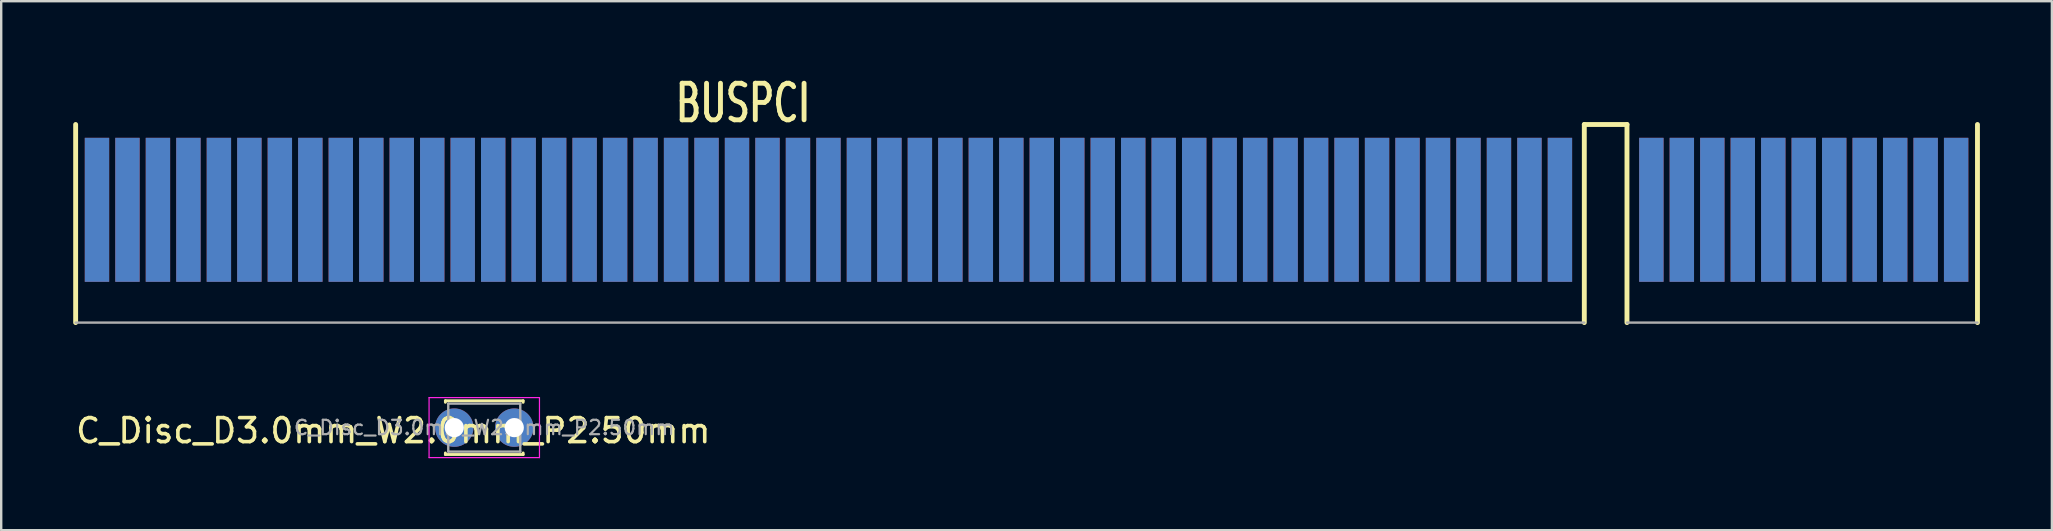
<source format=kicad_pcb>
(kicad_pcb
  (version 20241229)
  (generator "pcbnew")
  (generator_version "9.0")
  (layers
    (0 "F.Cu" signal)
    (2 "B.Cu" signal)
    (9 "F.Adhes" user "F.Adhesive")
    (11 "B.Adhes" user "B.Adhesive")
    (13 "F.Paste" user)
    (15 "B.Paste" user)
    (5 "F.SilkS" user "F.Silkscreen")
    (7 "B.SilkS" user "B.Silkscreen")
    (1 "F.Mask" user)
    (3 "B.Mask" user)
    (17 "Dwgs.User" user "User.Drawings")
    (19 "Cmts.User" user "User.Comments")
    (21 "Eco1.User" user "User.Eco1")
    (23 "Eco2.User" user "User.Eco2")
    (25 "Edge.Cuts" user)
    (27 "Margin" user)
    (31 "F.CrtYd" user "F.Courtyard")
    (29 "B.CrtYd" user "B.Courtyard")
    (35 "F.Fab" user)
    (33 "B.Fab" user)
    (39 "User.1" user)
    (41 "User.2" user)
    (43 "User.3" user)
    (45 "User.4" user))
  (footprint "C_Disc_D3.0mm_W2.0mm_P2.50mm"
    (layer "F.Cu")
    (at 15.879 14.769)
    (property "Reference" "C_Disc_D3.0mm_W2.0mm_P2.50mm" (at -2.54 0.127 0) (layer "F.SilkS") (effects (font (size 1 1) (thickness 0.15))))
    (attr through_hole)
    (fp_line (start -0.37 -1.12) (end -0.37 -1.055) (stroke (width 0.12) (type solid)) (layer "F.SilkS"))
    (fp_line (start -0.37 -1.12) (end 2.87 -1.12) (stroke (width 0.12) (type solid)) (layer "F.SilkS"))
    (fp_line (start -0.37 1.055) (end -0.37 1.12) (stroke (width 0.12) (type solid)) (layer "F.SilkS"))
    (fp_line (start -0.37 1.12) (end 2.87 1.12) (stroke (width 0.12) (type solid)) (layer "F.SilkS"))
    (fp_line (start 2.87 -1.12) (end 2.87 -1.055) (stroke (width 0.12) (type solid)) (layer "F.SilkS"))
    (fp_line (start 2.87 1.055) (end 2.87 1.12) (stroke (width 0.12) (type solid)) (layer "F.SilkS"))
    (fp_line (start -1.05 -1.25) (end -1.05 1.25) (stroke (width 0.05) (type solid)) (layer "F.CrtYd"))
    (fp_line (start -1.05 1.25) (end 3.55 1.25) (stroke (width 0.05) (type solid)) (layer "F.CrtYd"))
    (fp_line (start 3.55 -1.25) (end -1.05 -1.25) (stroke (width 0.05) (type solid)) (layer "F.CrtYd"))
    (fp_line (start 3.55 1.25) (end 3.55 -1.25) (stroke (width 0.05) (type solid)) (layer "F.CrtYd"))
    (fp_line (start -0.25 -1) (end -0.25 1) (stroke (width 0.1) (type solid)) (layer "F.Fab"))
    (fp_line (start -0.25 1) (end 2.75 1) (stroke (width 0.1) (type solid)) (layer "F.Fab"))
    (fp_line (start 2.75 -1) (end -0.25 -1) (stroke (width 0.1) (type solid)) (layer "F.Fab"))
    (fp_line (start 2.75 1) (end 2.75 -1) (stroke (width 0.1) (type solid)) (layer "F.Fab"))
    (fp_text user "${REFERENCE}" (at 1.25 0 0) (layer "F.Fab") (effects (font (size 0.6 0.6) (thickness 0.09))))
    (pad "1" thru_hole circle (at 0 0) (size 1.6 1.6) (drill 0.8) (layers "*.Cu" "*.Mask"))
    (pad "2" thru_hole circle (at 2.5 0) (size 1.6 1.6) (drill 0.8) (layers "*.Cu" "*.Mask")))
  (footprint "BUSPCI"
    (layer "F.Cu")
    (at 63.856 5.947)
    (property "Reference" "BUSPCI" (at -35.941 -4.699 0) (layer "F.SilkS") (effects (font (size 1.524 1.016) (thickness 0.203))))
    (fp_line (start -63.754 -3.81) (end -63.754 4.445) (stroke (width 0.203) (type solid)) (layer "F.SilkS"))
    (fp_line (start -0.889 -3.81) (end 0.889 -3.81) (stroke (width 0.203) (type solid)) (layer "F.SilkS"))
    (fp_line (start -0.889 4.445) (end -0.889 -3.81) (stroke (width 0.203) (type solid)) (layer "F.SilkS"))
    (fp_line (start 0.889 -3.81) (end 0.889 4.445) (stroke (width 0.203) (type solid)) (layer "F.SilkS"))
    (fp_line (start 15.494 4.445) (end 15.494 -3.81) (stroke (width 0.203) (type solid)) (layer "F.SilkS"))
    (fp_line (start -63.754 4.445) (end -0.889 4.445) (stroke (width 0.1) (type default)) (layer "F.Fab"))
    (fp_line (start 0.889 4.445) (end 15.494 4.445) (stroke (width 0.1) (type default)) (layer "F.Fab"))
    (pad "A1" connect rect (at -62.865 -0.254) (size 1.016 6) (layers "B.Cu" "B.Mask"))
    (pad "A2" connect rect (at -61.595 -0.254) (size 1.016 6) (layers "B.Cu" "B.Mask"))
    (pad "A3" connect rect (at -60.325 -0.254) (size 1.016 6) (layers "B.Cu" "B.Mask"))
    (pad "A4" connect rect (at -59.055 -0.254) (size 1.016 6) (layers "B.Cu" "B.Mask"))
    (pad "A5" connect rect (at -57.785 -0.254) (size 1.016 6) (layers "B.Cu" "B.Mask"))
    (pad "A6" connect rect (at -56.515 -0.254) (size 1.016 6) (layers "B.Cu" "B.Mask"))
    (pad "A7" connect rect (at -55.245 -0.254) (size 1.016 6) (layers "B.Cu" "B.Mask"))
    (pad "A8" connect rect (at -53.975 -0.254) (size 1.016 6) (layers "B.Cu" "B.Mask"))
    (pad "A9" connect rect (at -52.705 -0.254) (size 1.016 6) (layers "B.Cu" "B.Mask"))
    (pad "A10" connect rect (at -51.435 -0.254) (size 1.016 6) (layers "B.Cu" "B.Mask"))
    (pad "A11" connect rect (at -50.165 -0.254) (size 1.016 6) (layers "B.Cu" "B.Mask"))
    (pad "A12" connect rect (at -48.895 -0.254) (size 1.016 6) (layers "B.Cu" "B.Mask"))
    (pad "A13" connect rect (at -47.625 -0.254) (size 1.016 6) (layers "B.Cu" "B.Mask"))
    (pad "A14" connect rect (at -46.355 -0.254) (size 1.016 6) (layers "B.Cu" "B.Mask"))
    (pad "A15" connect rect (at -45.085 -0.254) (size 1.016 6) (layers "B.Cu" "B.Mask"))
    (pad "A16" connect rect (at -43.815 -0.254) (size 1.016 6) (layers "B.Cu" "B.Mask"))
    (pad "A17" connect rect (at -42.545 -0.254) (size 1.016 6) (layers "B.Cu" "B.Mask"))
    (pad "A18" connect rect (at -41.275 -0.254) (size 1.016 6) (layers "B.Cu" "B.Mask"))
    (pad "A19" connect rect (at -40.005 -0.254) (size 1.016 6) (layers "B.Cu" "B.Mask"))
    (pad "A20" connect rect (at -38.735 -0.254) (size 1.016 6) (layers "B.Cu" "B.Mask"))
    (pad "A21" connect rect (at -37.465 -0.254) (size 1.016 6) (layers "B.Cu" "B.Mask"))
    (pad "A22" connect rect (at -36.195 -0.254) (size 1.016 6) (layers "B.Cu" "B.Mask"))
    (pad "A23" connect rect (at -34.925 -0.254) (size 1.016 6) (layers "B.Cu" "B.Mask"))
    (pad "A24" connect rect (at -33.655 -0.254) (size 1.016 6) (layers "B.Cu" "B.Mask"))
    (pad "A25" connect rect (at -32.385 -0.254) (size 1.016 6) (layers "B.Cu" "B.Mask"))
    (pad "A26" connect rect (at -31.115 -0.254) (size 1.016 6) (layers "B.Cu" "B.Mask"))
    (pad "A27" connect rect (at -29.845 -0.254) (size 1.016 6) (layers "B.Cu" "B.Mask"))
    (pad "A28" connect rect (at -28.575 -0.254) (size 1.016 6) (layers "B.Cu" "B.Mask"))
    (pad "A29" connect rect (at -27.305 -0.254) (size 1.016 6) (layers "B.Cu" "B.Mask"))
    (pad "A30" connect rect (at -26.035 -0.254) (size 1.016 6) (layers "B.Cu" "B.Mask"))
    (pad "A31" connect rect (at -24.765 -0.254) (size 1.016 6) (layers "B.Cu" "B.Mask"))
    (pad "A32" connect rect (at -23.495 -0.254) (size 1.016 6) (layers "B.Cu" "B.Mask"))
    (pad "A33" connect rect (at -22.225 -0.254) (size 1.016 6) (layers "B.Cu" "B.Mask"))
    (pad "A34" connect rect (at -20.955 -0.254) (size 1.016 6) (layers "B.Cu" "B.Mask"))
    (pad "A35" connect rect (at -19.685 -0.254) (size 1.016 6) (layers "B.Cu" "B.Mask"))
    (pad "A36" connect rect (at -18.415 -0.254) (size 1.016 6) (layers "B.Cu" "B.Mask"))
    (pad "A37" connect rect (at -17.145 -0.254) (size 1.016 6) (layers "B.Cu" "B.Mask"))
    (pad "A38" connect rect (at -15.875 -0.254) (size 1.016 6) (layers "B.Cu" "B.Mask"))
    (pad "A39" connect rect (at -14.605 -0.254) (size 1.016 6) (layers "B.Cu" "B.Mask"))
    (pad "A40" connect rect (at -13.335 -0.254) (size 1.016 6) (layers "B.Cu" "B.Mask"))
    (pad "A41" connect rect (at -12.065 -0.254) (size 1.016 6) (layers "B.Cu" "B.Mask"))
    (pad "A42" connect rect (at -10.795 -0.254) (size 1.016 6) (layers "B.Cu" "B.Mask"))
    (pad "A43" connect rect (at -9.525 -0.254) (size 1.016 6) (layers "B.Cu" "B.Mask"))
    (pad "A44" connect rect (at -8.255 -0.254) (size 1.016 6) (layers "B.Cu" "B.Mask"))
    (pad "A45" connect rect (at -6.985 -0.254) (size 1.016 6) (layers "B.Cu" "B.Mask"))
    (pad "A46" connect rect (at -5.715 -0.254) (size 1.016 6) (layers "B.Cu" "B.Mask"))
    (pad "A47" connect rect (at -4.445 -0.254) (size 1.016 6) (layers "B.Cu" "B.Mask"))
    (pad "A48" connect rect (at -3.175 -0.254) (size 1.016 6) (layers "B.Cu" "B.Mask"))
    (pad "A49" connect rect (at -1.905 -0.254) (size 1.016 6) (layers "B.Cu" "B.Mask"))
    (pad "A52" connect rect (at 1.905 -0.254) (size 1.016 6) (layers "B.Cu" "B.Mask"))
    (pad "A53" connect rect (at 3.175 -0.254) (size 1.016 6) (layers "B.Cu" "B.Mask"))
    (pad "A54" connect rect (at 4.445 -0.254) (size 1.016 6) (layers "B.Cu" "B.Mask"))
    (pad "A55" connect rect (at 5.715 -0.254) (size 1.016 6) (layers "B.Cu" "B.Mask"))
    (pad "A56" connect rect (at 6.985 -0.254) (size 1.016 6) (layers "B.Cu" "B.Mask"))
    (pad "A57" connect rect (at 8.255 -0.254) (size 1.016 6) (layers "B.Cu" "B.Mask"))
    (pad "A58" connect rect (at 9.525 -0.254) (size 1.016 6) (layers "B.Cu" "B.Mask"))
    (pad "A59" connect rect (at 10.795 -0.254) (size 1.016 6) (layers "B.Cu" "B.Mask"))
    (pad "A60" connect rect (at 12.065 -0.254) (size 1.016 6) (layers "B.Cu" "B.Mask"))
    (pad "A61" connect rect (at 13.335 -0.254) (size 1.016 6) (layers "B.Cu" "B.Mask"))
    (pad "A62" connect rect (at 14.605 -0.254) (size 1.016 6) (layers "B.Cu" "B.Mask"))
    (pad "B1" connect rect (at -62.865 -0.254) (size 1.016 6) (layers "F.Cu" "F.Mask"))
    (pad "B2" connect rect (at -61.595 -0.254) (size 1.016 6) (layers "F.Cu" "F.Mask"))
    (pad "B3" connect rect (at -60.325 -0.254) (size 1.016 6) (layers "F.Cu" "F.Mask"))
    (pad "B4" connect rect (at -59.055 -0.254) (size 1.016 6) (layers "F.Cu" "F.Mask"))
    (pad "B5" connect rect (at -57.785 -0.254) (size 1.016 6) (layers "F.Cu" "F.Mask"))
    (pad "B6" connect rect (at -56.515 -0.254) (size 1.016 6) (layers "F.Cu" "F.Mask"))
    (pad "B7" connect rect (at -55.245 -0.254) (size 1.016 6) (layers "F.Cu" "F.Mask"))
    (pad "B8" connect rect (at -53.975 -0.254) (size 1.016 6) (layers "F.Cu" "F.Mask"))
    (pad "B9" connect rect (at -52.705 -0.254) (size 1.016 6) (layers "F.Cu" "F.Mask"))
    (pad "B10" connect rect (at -51.435 -0.254) (size 1.016 6) (layers "F.Cu" "F.Mask"))
    (pad "B11" connect rect (at -50.165 -0.254) (size 1.016 6) (layers "F.Cu" "F.Mask"))
    (pad "B12" connect rect (at -48.895 -0.254) (size 1.016 6) (layers "F.Cu" "F.Mask"))
    (pad "B13" connect rect (at -47.625 -0.254) (size 1.016 6) (layers "F.Cu" "F.Mask"))
    (pad "B14" connect rect (at -46.355 -0.254) (size 1.016 6) (layers "F.Cu" "F.Mask"))
    (pad "B15" connect rect (at -45.085 -0.254) (size 1.016 6) (layers "F.Cu" "F.Mask"))
    (pad "B16" connect rect (at -43.815 -0.254) (size 1.016 6) (layers "F.Cu" "F.Mask"))
    (pad "B17" connect rect (at -42.545 -0.254) (size 1.016 6) (layers "F.Cu" "F.Mask"))
    (pad "B18" connect rect (at -41.275 -0.254) (size 1.016 6) (layers "F.Cu" "F.Mask"))
    (pad "B19" connect rect (at -40.005 -0.254) (size 1.016 6) (layers "F.Cu" "F.Mask"))
    (pad "B20" connect rect (at -38.735 -0.254) (size 1.016 6) (layers "F.Cu" "F.Mask"))
    (pad "B21" connect rect (at -37.465 -0.254) (size 1.016 6) (layers "F.Cu" "F.Mask"))
    (pad "B22" connect rect (at -36.195 -0.254) (size 1.016 6) (layers "F.Cu" "F.Mask"))
    (pad "B23" connect rect (at -34.925 -0.254) (size 1.016 6) (layers "F.Cu" "F.Mask"))
    (pad "B24" connect rect (at -33.655 -0.254) (size 1.016 6) (layers "F.Cu" "F.Mask"))
    (pad "B25" connect rect (at -32.385 -0.254) (size 1.016 6) (layers "F.Cu" "F.Mask"))
    (pad "B26" connect rect (at -31.115 -0.254) (size 1.016 6) (layers "F.Cu" "F.Mask"))
    (pad "B27" connect rect (at -29.845 -0.254) (size 1.016 6) (layers "F.Cu" "F.Mask"))
    (pad "B28" connect rect (at -28.575 -0.254) (size 1.016 6) (layers "F.Cu" "F.Mask"))
    (pad "B29" connect rect (at -27.305 -0.254) (size 1.016 6) (layers "F.Cu" "F.Mask"))
    (pad "B30" connect rect (at -26.035 -0.254) (size 1.016 6) (layers "F.Cu" "F.Mask"))
    (pad "B31" connect rect (at -24.765 -0.254) (size 1.016 6) (layers "F.Cu" "F.Mask"))
    (pad "B32" connect rect (at -23.495 -0.254) (size 1.016 6) (layers "F.Cu" "F.Mask"))
    (pad "B33" connect rect (at -22.225 -0.254) (size 1.016 6) (layers "F.Cu" "F.Mask"))
    (pad "B34" connect rect (at -20.955 -0.254) (size 1.016 6) (layers "F.Cu" "F.Mask"))
    (pad "B35" connect rect (at -19.685 -0.254) (size 1.016 6) (layers "F.Cu" "F.Mask"))
    (pad "B36" connect rect (at -18.415 -0.254) (size 1.016 6) (layers "F.Cu" "F.Mask"))
    (pad "B37" connect rect (at -17.145 -0.254) (size 1.016 6) (layers "F.Cu" "F.Mask"))
    (pad "B38" connect rect (at -15.875 -0.254) (size 1.016 6) (layers "F.Cu" "F.Mask"))
    (pad "B39" connect rect (at -14.605 -0.254) (size 1.016 6) (layers "F.Cu" "F.Mask"))
    (pad "B40" connect rect (at -13.335 -0.254) (size 1.016 6) (layers "F.Cu" "F.Mask"))
    (pad "B41" connect rect (at -12.065 -0.254) (size 1.016 6) (layers "F.Cu" "F.Mask"))
    (pad "B42" connect rect (at -10.795 -0.254) (size 1.016 6) (layers "F.Cu" "F.Mask"))
    (pad "B43" connect rect (at -9.525 -0.254) (size 1.016 6) (layers "F.Cu" "F.Mask"))
    (pad "B44" connect rect (at -8.255 -0.254) (size 1.016 6) (layers "F.Cu" "F.Mask"))
    (pad "B45" connect rect (at -6.985 -0.254) (size 1.016 6) (layers "F.Cu" "F.Mask"))
    (pad "B46" connect rect (at -5.715 -0.254) (size 1.016 6) (layers "F.Cu" "F.Mask"))
    (pad "B47" connect rect (at -4.445 -0.254) (size 1.016 6) (layers "F.Cu" "F.Mask"))
    (pad "B48" connect rect (at -3.175 -0.254) (size 1.016 6) (layers "F.Cu" "F.Mask"))
    (pad "B49" connect rect (at -1.905 -0.254) (size 1.016 6) (layers "F.Cu" "F.Mask"))
    (pad "B52" connect rect (at 1.905 -0.254) (size 1.016 6) (layers "F.Cu" "F.Mask"))
    (pad "B53" connect rect (at 3.175 -0.254) (size 1.016 6) (layers "F.Cu" "F.Mask"))
    (pad "B54" connect rect (at 4.445 -0.254) (size 1.016 6) (layers "F.Cu" "F.Mask"))
    (pad "B55" connect rect (at 5.715 -0.254) (size 1.016 6) (layers "F.Cu" "F.Mask"))
    (pad "B56" connect rect (at 6.985 -0.254) (size 1.016 6) (layers "F.Cu" "F.Mask"))
    (pad "B57" connect rect (at 8.255 -0.254) (size 1.016 6) (layers "F.Cu" "F.Mask"))
    (pad "B58" connect rect (at 9.525 -0.254) (size 1.016 6) (layers "F.Cu" "F.Mask"))
    (pad "B59" connect rect (at 10.795 -0.254) (size 1.016 6) (layers "F.Cu" "F.Mask"))
    (pad "B60" connect rect (at 12.065 -0.254) (size 1.016 6) (layers "F.Cu" "F.Mask"))
    (pad "B61" connect rect (at 13.335 -0.254) (size 1.016 6) (layers "F.Cu" "F.Mask"))
    (pad "B62" connect rect (at 14.605 -0.254) (size 1.016 6) (layers "F.Cu" "F.Mask")))
  (gr_rect
    (start -3 -3)
    (end 82.451 19.044)
    (stroke (width 0.1) (type default))
    (fill no)
    (layer "Edge.Cuts")))
</source>
